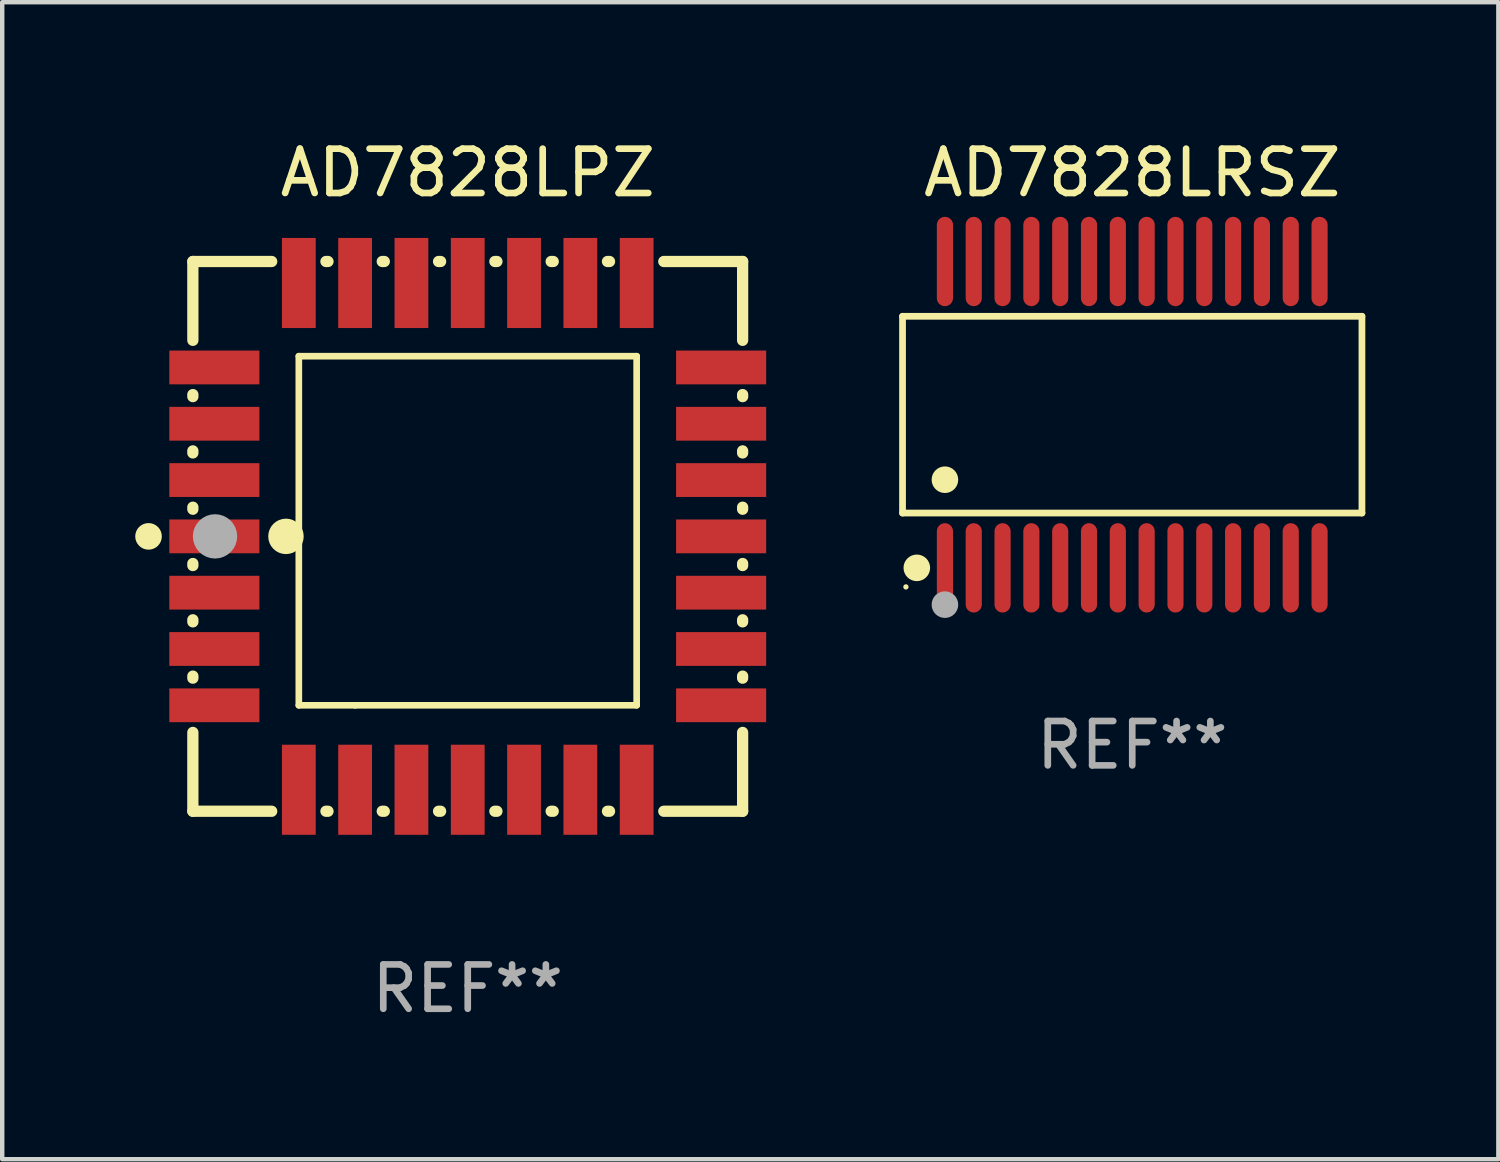
<source format=kicad_pcb>
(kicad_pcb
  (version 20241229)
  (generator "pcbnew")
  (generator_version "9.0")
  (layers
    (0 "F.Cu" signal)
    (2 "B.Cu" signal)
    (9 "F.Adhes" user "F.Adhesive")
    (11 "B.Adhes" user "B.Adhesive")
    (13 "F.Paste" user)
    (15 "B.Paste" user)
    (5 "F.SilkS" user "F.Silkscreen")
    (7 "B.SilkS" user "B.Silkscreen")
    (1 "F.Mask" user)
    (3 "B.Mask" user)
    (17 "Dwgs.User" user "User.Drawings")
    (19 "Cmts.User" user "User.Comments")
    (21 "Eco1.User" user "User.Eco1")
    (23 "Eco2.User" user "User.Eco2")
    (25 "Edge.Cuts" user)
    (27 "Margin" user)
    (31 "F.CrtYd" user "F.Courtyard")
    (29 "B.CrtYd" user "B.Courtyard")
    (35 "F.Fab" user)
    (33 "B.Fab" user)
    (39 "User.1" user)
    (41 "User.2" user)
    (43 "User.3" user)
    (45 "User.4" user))
  (footprint "AD7828LPZ"
    (layer "F.Cu")
    (at 7.5 9.048)
    (property "Reference" "AD7828LPZ" (at 0 -8.2 0) (layer "F.SilkS") (effects (font (size 1 1) (thickness 0.15))))
    (attr through_hole)
    (fp_line (start -6.2 -6.2) (end -4.422 -6.2) (stroke (width 0.254) (type solid)) (layer "F.SilkS"))
    (fp_line (start -6.2 -4.422) (end -6.2 -6.2) (stroke (width 0.254) (type solid)) (layer "F.SilkS"))
    (fp_line (start -6.2 -3.152) (end -6.2 -3.198) (stroke (width 0.254) (type solid)) (layer "F.SilkS"))
    (fp_line (start -6.2 -1.882) (end -6.2 -1.928) (stroke (width 0.254) (type solid)) (layer "F.SilkS"))
    (fp_line (start -6.2 -0.612) (end -6.2 -0.658) (stroke (width 0.254) (type solid)) (layer "F.SilkS"))
    (fp_line (start -6.2 0.658) (end -6.2 0.612) (stroke (width 0.254) (type solid)) (layer "F.SilkS"))
    (fp_line (start -6.2 1.928) (end -6.2 1.882) (stroke (width 0.254) (type solid)) (layer "F.SilkS"))
    (fp_line (start -6.2 3.198) (end -6.2 3.152) (stroke (width 0.254) (type solid)) (layer "F.SilkS"))
    (fp_line (start -6.2 6.2) (end -6.2 4.422) (stroke (width 0.254) (type solid)) (layer "F.SilkS"))
    (fp_line (start -4.422 6.2) (end -6.2 6.2) (stroke (width 0.254) (type solid)) (layer "F.SilkS"))
    (fp_line (start -3.81 -4.064) (end 3.81 -4.064) (stroke (width 0.15) (type solid)) (layer "F.SilkS"))
    (fp_line (start -3.81 3.81) (end -3.81 -4.064) (stroke (width 0.15) (type solid)) (layer "F.SilkS"))
    (fp_line (start -3.198 -6.2) (end -3.152 -6.2) (stroke (width 0.254) (type solid)) (layer "F.SilkS"))
    (fp_line (start -3.152 6.2) (end -3.198 6.2) (stroke (width 0.254) (type solid)) (layer "F.SilkS"))
    (fp_line (start -2.54 3.81) (end -3.81 3.81) (stroke (width 0.15) (type solid)) (layer "F.SilkS"))
    (fp_line (start -1.928 -6.2) (end -1.882 -6.2) (stroke (width 0.254) (type solid)) (layer "F.SilkS"))
    (fp_line (start -1.882 6.2) (end -1.928 6.2) (stroke (width 0.254) (type solid)) (layer "F.SilkS"))
    (fp_line (start -0.658 -6.2) (end -0.612 -6.2) (stroke (width 0.254) (type solid)) (layer "F.SilkS"))
    (fp_line (start -0.612 6.2) (end -0.658 6.2) (stroke (width 0.254) (type solid)) (layer "F.SilkS"))
    (fp_line (start 0.612 -6.2) (end 0.658 -6.2) (stroke (width 0.254) (type solid)) (layer "F.SilkS"))
    (fp_line (start 0.658 6.2) (end 0.612 6.2) (stroke (width 0.254) (type solid)) (layer "F.SilkS"))
    (fp_line (start 1.882 -6.2) (end 1.928 -6.2) (stroke (width 0.254) (type solid)) (layer "F.SilkS"))
    (fp_line (start 1.928 6.2) (end 1.882 6.2) (stroke (width 0.254) (type solid)) (layer "F.SilkS"))
    (fp_line (start 3.152 -6.2) (end 3.198 -6.2) (stroke (width 0.254) (type solid)) (layer "F.SilkS"))
    (fp_line (start 3.198 6.2) (end 3.152 6.2) (stroke (width 0.254) (type solid)) (layer "F.SilkS"))
    (fp_line (start 3.81 -4.064) (end 3.81 3.81) (stroke (width 0.15) (type solid)) (layer "F.SilkS"))
    (fp_line (start 3.81 3.81) (end -2.54 3.81) (stroke (width 0.15) (type solid)) (layer "F.SilkS"))
    (fp_line (start 4.422 -6.2) (end 6.2 -6.2) (stroke (width 0.254) (type solid)) (layer "F.SilkS"))
    (fp_line (start 6.2 -6.2) (end 6.2 -4.422) (stroke (width 0.254) (type solid)) (layer "F.SilkS"))
    (fp_line (start 6.2 -3.198) (end 6.2 -3.152) (stroke (width 0.254) (type solid)) (layer "F.SilkS"))
    (fp_line (start 6.2 -1.928) (end 6.2 -1.882) (stroke (width 0.254) (type solid)) (layer "F.SilkS"))
    (fp_line (start 6.2 -0.658) (end 6.2 -0.612) (stroke (width 0.254) (type solid)) (layer "F.SilkS"))
    (fp_line (start 6.2 0.612) (end 6.2 0.658) (stroke (width 0.254) (type solid)) (layer "F.SilkS"))
    (fp_line (start 6.2 1.882) (end 6.2 1.928) (stroke (width 0.254) (type solid)) (layer "F.SilkS"))
    (fp_line (start 6.2 3.152) (end 6.2 3.198) (stroke (width 0.254) (type solid)) (layer "F.SilkS"))
    (fp_line (start 6.2 4.422) (end 6.2 6.2) (stroke (width 0.254) (type solid)) (layer "F.SilkS"))
    (fp_line (start 6.2 6.2) (end 4.422 6.2) (stroke (width 0.254) (type solid)) (layer "F.SilkS"))
    (fp_circle (center -7.2 0) (end -7.05 0) (stroke (width 0.3) (type solid)) (fill no) (layer "F.SilkS"))
    (fp_circle (center -6.223 6.223) (end -6.193 6.223) (stroke (width 0.06) (type solid)) (fill no) (layer "F.SilkS"))
    (fp_circle (center -4.1 0) (end -3.9 0) (stroke (width 0.4) (type solid)) (fill no) (layer "F.SilkS"))
    (fp_circle (center -5.7 0) (end -5.45 0) (stroke (width 0.5) (type solid)) (fill no) (layer "F.Fab"))
    (fp_text user "REF**" (at 0 10.2 0) (layer "F.Fab") (effects (font (size 1 1) (thickness 0.15))))
    (pad "1" smd rect (at -5.715 0) (size 2.032 0.762) (layers "F.Cu" "F.Mask" "F.Paste"))
    (pad "2" smd rect (at -5.715 1.27) (size 2.032 0.762) (layers "F.Cu" "F.Mask" "F.Paste"))
    (pad "3" smd rect (at -5.715 2.54) (size 2.032 0.762) (layers "F.Cu" "F.Mask" "F.Paste"))
    (pad "4" smd rect (at -5.715 3.81) (size 2.032 0.762) (layers "F.Cu" "F.Mask" "F.Paste"))
    (pad "5" smd rect (at -3.81 5.715) (size 0.762 2.032) (layers "F.Cu" "F.Mask" "F.Paste"))
    (pad "6" smd rect (at -2.54 5.715) (size 0.762 2.032) (layers "F.Cu" "F.Mask" "F.Paste"))
    (pad "7" smd rect (at -1.27 5.715) (size 0.762 2.032) (layers "F.Cu" "F.Mask" "F.Paste"))
    (pad "8" smd rect (at 0 5.715) (size 0.762 2.032) (layers "F.Cu" "F.Mask" "F.Paste"))
    (pad "9" smd rect (at 1.27 5.715) (size 0.762 2.032) (layers "F.Cu" "F.Mask" "F.Paste"))
    (pad "10" smd rect (at 2.54 5.715) (size 0.762 2.032) (layers "F.Cu" "F.Mask" "F.Paste"))
    (pad "11" smd rect (at 3.81 5.715) (size 0.762 2.032) (layers "F.Cu" "F.Mask" "F.Paste"))
    (pad "12" smd rect (at 5.715 3.81) (size 2.032 0.762) (layers "F.Cu" "F.Mask" "F.Paste"))
    (pad "13" smd rect (at 5.715 2.54) (size 2.032 0.762) (layers "F.Cu" "F.Mask" "F.Paste"))
    (pad "14" smd rect (at 5.715 1.27) (size 2.032 0.762) (layers "F.Cu" "F.Mask" "F.Paste"))
    (pad "15" smd rect (at 5.715 0) (size 2.032 0.762) (layers "F.Cu" "F.Mask" "F.Paste"))
    (pad "16" smd rect (at 5.715 -1.27) (size 2.032 0.762) (layers "F.Cu" "F.Mask" "F.Paste"))
    (pad "17" smd rect (at 5.715 -2.54) (size 2.032 0.762) (layers "F.Cu" "F.Mask" "F.Paste"))
    (pad "18" smd rect (at 5.715 -3.81) (size 2.032 0.762) (layers "F.Cu" "F.Mask" "F.Paste"))
    (pad "19" smd rect (at 3.81 -5.715) (size 0.762 2.032) (layers "F.Cu" "F.Mask" "F.Paste"))
    (pad "20" smd rect (at 2.54 -5.715) (size 0.762 2.032) (layers "F.Cu" "F.Mask" "F.Paste"))
    (pad "21" smd rect (at 1.27 -5.715) (size 0.762 2.032) (layers "F.Cu" "F.Mask" "F.Paste"))
    (pad "22" smd rect (at 0 -5.715) (size 0.762 2.032) (layers "F.Cu" "F.Mask" "F.Paste"))
    (pad "23" smd rect (at -1.27 -5.715) (size 0.762 2.032) (layers "F.Cu" "F.Mask" "F.Paste"))
    (pad "24" smd rect (at -2.54 -5.715) (size 0.762 2.032) (layers "F.Cu" "F.Mask" "F.Paste"))
    (pad "25" smd rect (at -3.81 -5.715) (size 0.762 2.032) (layers "F.Cu" "F.Mask" "F.Paste"))
    (pad "26" smd rect (at -5.715 -3.81) (size 2.032 0.762) (layers "F.Cu" "F.Mask" "F.Paste"))
    (pad "27" smd rect (at -5.715 -2.54) (size 2.032 0.762) (layers "F.Cu" "F.Mask" "F.Paste"))
    (pad "28" smd rect (at -5.715 -1.27) (size 2.032 0.762) (layers "F.Cu" "F.Mask" "F.Paste")))
  (footprint "AD7828LRSZ"
    (layer "F.Cu")
    (at 22.488 6.303)
    (property "Reference" "AD7828LRSZ" (at 0 -5.455 0) (layer "F.SilkS") (effects (font (size 1 1) (thickness 0.15))))
    (attr through_hole)
    (fp_line (start -5.181 -2.219) (end 5.181 -2.219) (stroke (width 0.152) (type solid)) (layer "F.SilkS"))
    (fp_line (start -5.181 2.219) (end -5.181 -2.219) (stroke (width 0.152) (type solid)) (layer "F.SilkS"))
    (fp_line (start 5.181 -2.219) (end 5.181 2.219) (stroke (width 0.152) (type solid)) (layer "F.SilkS"))
    (fp_line (start 5.181 2.219) (end -5.181 2.219) (stroke (width 0.152) (type solid)) (layer "F.SilkS"))
    (fp_circle (center -5.105 3.885) (end -5.075 3.885) (stroke (width 0.06) (type solid)) (fill no) (layer "F.SilkS"))
    (fp_circle (center -4.859 3.455) (end -4.709 3.455) (stroke (width 0.3) (type solid)) (fill no) (layer "F.SilkS"))
    (fp_circle (center -4.225 1.467) (end -4.075 1.467) (stroke (width 0.3) (type solid)) (fill no) (layer "F.SilkS"))
    (fp_circle (center -4.225 4.285) (end -4.075 4.285) (stroke (width 0.3) (type solid)) (fill no) (layer "F.Fab"))
    (fp_text user "REF**" (at 0 7.455 0) (layer "F.Fab") (effects (font (size 1 1) (thickness 0.15))))
    (pad "1" smd oval (at -4.225 3.455) (size 0.364 2.015) (layers "F.Cu" "F.Mask" "F.Paste"))
    (pad "2" smd oval (at -3.575 3.455) (size 0.364 2.015) (layers "F.Cu" "F.Mask" "F.Paste"))
    (pad "3" smd oval (at -2.925 3.455) (size 0.364 2.015) (layers "F.Cu" "F.Mask" "F.Paste"))
    (pad "4" smd oval (at -2.275 3.455) (size 0.364 2.015) (layers "F.Cu" "F.Mask" "F.Paste"))
    (pad "5" smd oval (at -1.625 3.455) (size 0.364 2.015) (layers "F.Cu" "F.Mask" "F.Paste"))
    (pad "6" smd oval (at -0.975 3.455) (size 0.364 2.015) (layers "F.Cu" "F.Mask" "F.Paste"))
    (pad "7" smd oval (at -0.325 3.455) (size 0.364 2.015) (layers "F.Cu" "F.Mask" "F.Paste"))
    (pad "8" smd oval (at 0.325 3.455) (size 0.364 2.015) (layers "F.Cu" "F.Mask" "F.Paste"))
    (pad "9" smd oval (at 0.975 3.455) (size 0.364 2.015) (layers "F.Cu" "F.Mask" "F.Paste"))
    (pad "10" smd oval (at 1.625 3.455) (size 0.364 2.015) (layers "F.Cu" "F.Mask" "F.Paste"))
    (pad "11" smd oval (at 2.275 3.455) (size 0.364 2.015) (layers "F.Cu" "F.Mask" "F.Paste"))
    (pad "12" smd oval (at 2.925 3.455) (size 0.364 2.015) (layers "F.Cu" "F.Mask" "F.Paste"))
    (pad "13" smd oval (at 3.575 3.455) (size 0.364 2.015) (layers "F.Cu" "F.Mask" "F.Paste"))
    (pad "14" smd oval (at 4.225 3.455) (size 0.364 2.015) (layers "F.Cu" "F.Mask" "F.Paste"))
    (pad "15" smd oval (at 4.225 -3.455) (size 0.364 2.015) (layers "F.Cu" "F.Mask" "F.Paste"))
    (pad "16" smd oval (at 3.575 -3.455) (size 0.364 2.015) (layers "F.Cu" "F.Mask" "F.Paste"))
    (pad "17" smd oval (at 2.925 -3.455) (size 0.364 2.015) (layers "F.Cu" "F.Mask" "F.Paste"))
    (pad "18" smd oval (at 2.275 -3.455) (size 0.364 2.015) (layers "F.Cu" "F.Mask" "F.Paste"))
    (pad "19" smd oval (at 1.625 -3.455) (size 0.364 2.015) (layers "F.Cu" "F.Mask" "F.Paste"))
    (pad "20" smd oval (at 0.975 -3.455) (size 0.364 2.015) (layers "F.Cu" "F.Mask" "F.Paste"))
    (pad "21" smd oval (at 0.325 -3.455) (size 0.364 2.015) (layers "F.Cu" "F.Mask" "F.Paste"))
    (pad "22" smd oval (at -0.325 -3.455) (size 0.364 2.015) (layers "F.Cu" "F.Mask" "F.Paste"))
    (pad "23" smd oval (at -0.975 -3.455) (size 0.364 2.015) (layers "F.Cu" "F.Mask" "F.Paste"))
    (pad "24" smd oval (at -1.625 -3.455) (size 0.364 2.015) (layers "F.Cu" "F.Mask" "F.Paste"))
    (pad "25" smd oval (at -2.275 -3.455) (size 0.364 2.015) (layers "F.Cu" "F.Mask" "F.Paste"))
    (pad "26" smd oval (at -2.925 -3.455) (size 0.364 2.015) (layers "F.Cu" "F.Mask" "F.Paste"))
    (pad "27" smd oval (at -3.575 -3.455) (size 0.364 2.015) (layers "F.Cu" "F.Mask" "F.Paste"))
    (pad "28" smd oval (at -4.225 -3.455) (size 0.364 2.015) (layers "F.Cu" "F.Mask" "F.Paste")))
  (gr_rect
    (start -3 -3)
    (end 30.746 23.096)
    (stroke (width 0.1) (type default))
    (fill no)
    (layer "Edge.Cuts")))
</source>
